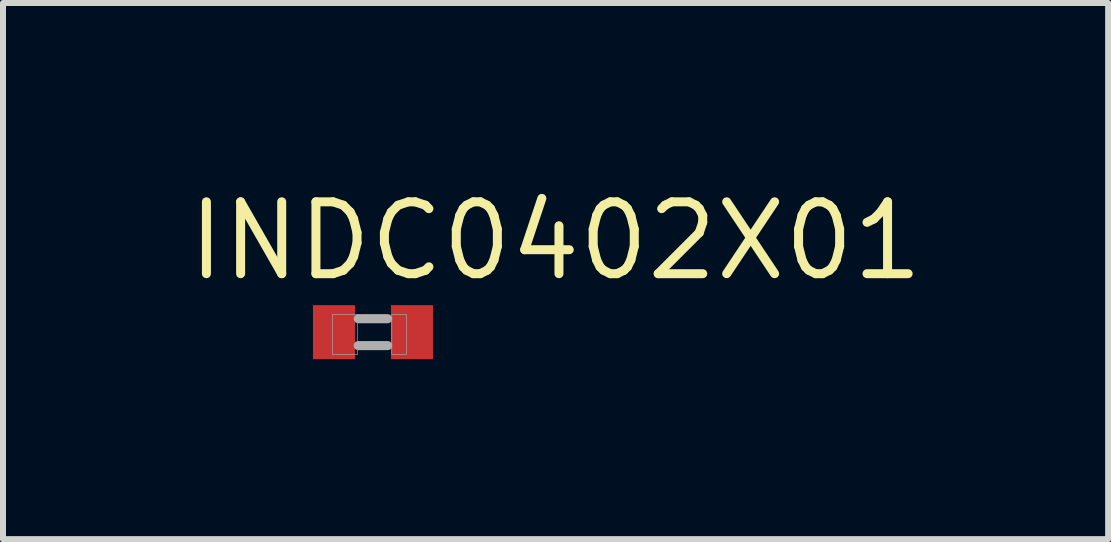
<source format=kicad_pcb>
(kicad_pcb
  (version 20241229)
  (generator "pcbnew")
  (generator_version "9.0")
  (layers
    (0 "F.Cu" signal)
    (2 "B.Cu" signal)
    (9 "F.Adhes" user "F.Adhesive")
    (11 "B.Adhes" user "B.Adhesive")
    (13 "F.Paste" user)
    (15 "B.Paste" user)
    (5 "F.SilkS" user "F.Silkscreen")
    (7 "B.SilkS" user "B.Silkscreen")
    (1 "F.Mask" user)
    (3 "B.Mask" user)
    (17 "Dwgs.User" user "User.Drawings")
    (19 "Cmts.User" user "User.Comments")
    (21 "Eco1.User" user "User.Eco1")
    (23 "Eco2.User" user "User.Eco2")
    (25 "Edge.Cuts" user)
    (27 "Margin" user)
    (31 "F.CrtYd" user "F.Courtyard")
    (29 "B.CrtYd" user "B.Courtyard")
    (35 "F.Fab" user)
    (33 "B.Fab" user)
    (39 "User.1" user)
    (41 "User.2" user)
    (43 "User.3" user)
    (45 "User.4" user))
  (footprint "INDC0402X01"
    (layer "F.Cu")
    (at 3.166 2.486)
    (property "Reference" "INDC0402X01" (at 3.043 -1.521 0) (layer "F.SilkS") (effects (font (size 1.198 1.198) (thickness 0.15))))
    (attr smd)
    (fp_line (start -0.245 -0.224) (end 0.245 -0.224) (stroke (width 0.152) (type solid)) (layer "F.Fab"))
    (fp_line (start 0.245 0.224) (end -0.245 0.224) (stroke (width 0.152) (type solid)) (layer "F.Fab"))
    (fp_poly (pts (xy -0.675 -0.295) (xy -0.254 -0.295) (xy -0.254 0.371) (xy -0.675 0.371)) (stroke (width 0.01) (type solid)) (fill no) (layer "F.Fab"))
    (fp_poly (pts (xy 0.314 -0.295) (xy 0.559 -0.295) (xy 0.559 0.37) (xy 0.314 0.37)) (stroke (width 0.01) (type solid)) (fill no) (layer "F.Fab"))
    (pad "1" smd rect (at -0.65 0) (size 0.7 0.9) (layers "F.Cu" "F.Mask" "F.Paste"))
    (pad "2" smd rect (at 0.65 0) (size 0.7 0.9) (layers "F.Cu" "F.Mask" "F.Paste")))
  (gr_rect
    (start -3 -3)
    (end 15.419 5.936)
    (stroke (width 0.1) (type default))
    (fill no)
    (layer "Edge.Cuts")))
</source>
